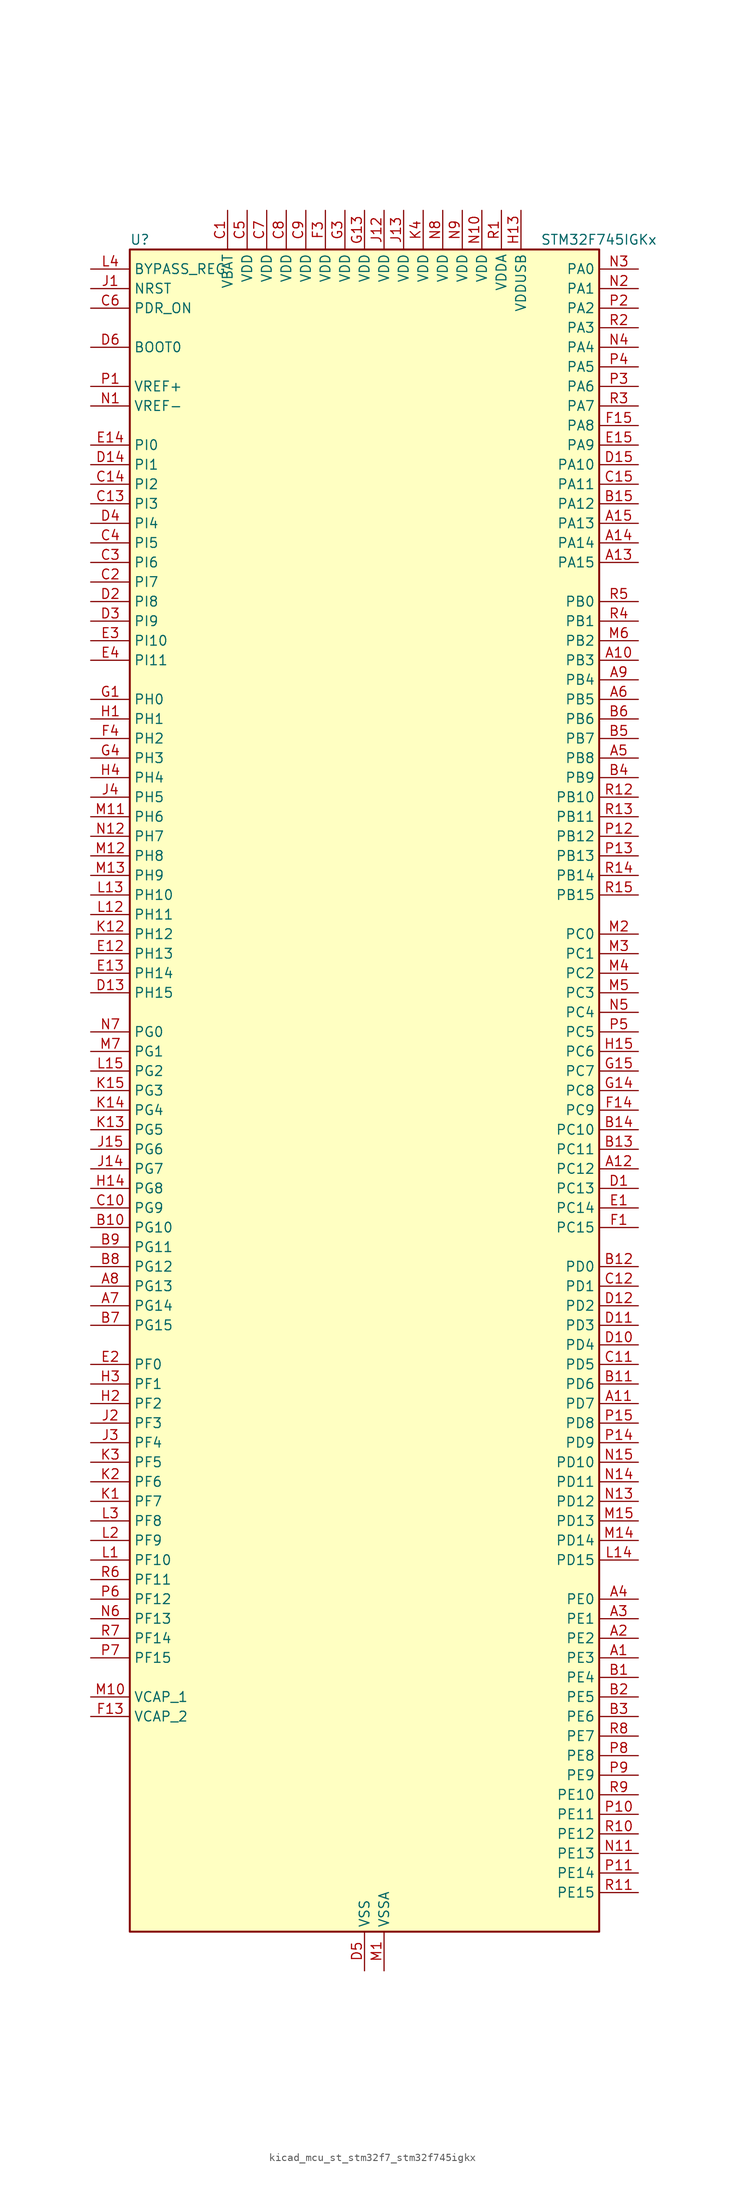
<source format=kicad_sym>
(kicad_symbol_lib
  (version 20220914)
  (generator kicad_symbol_editor)
  (symbol "kicad_mcu_st_stm32f7_stm32f745igkx"
    (property "Reference" "U"
      (at -30.48 110.49 0)
      (effects (font (size 1.27 1.27)) (justify left)))
    (property "Value" "STM32F745IGKx"
      (at 22.86 110.49 0)
      (effects (font (size 1.27 1.27)) (justify left)))
    (property "ki_locked" ""
      (at 0 0 0)
      (effects (font (size 1.27 1.27))))
    (symbol "kicad_mcu_st_stm32f7_stm32f745igkx_0_1"
      (rectangle (start -30.48 -109.22) (end 30.48 109.22) (stroke (width 0.254) (type default)) (fill (type background))))
    (symbol "kicad_mcu_st_stm32f7_stm32f745igkx_1_1"
      (pin bidirectional line (at 35.56 -73.66 180) (length 5.08) (name "PE3" (effects (font (size 1.27 1.27)))) (number "A1" (effects (font (size 1.27 1.27)))) (alternate "FMC_A19" bidirectional line) (alternate "SAI1_SD_B" bidirectional line) (alternate "SYS_TRACED0" bidirectional line))
      (pin bidirectional line (at 35.56 55.88 180) (length 5.08) (name "PB3" (effects (font (size 1.27 1.27)))) (number "A10" (effects (font (size 1.27 1.27)))) (alternate "I2S1_CK" bidirectional line) (alternate "I2S3_CK" bidirectional line) (alternate "SPI1_SCK" bidirectional line) (alternate "SPI3_SCK" bidirectional line) (alternate "SYS_JTDO-SWO" bidirectional line) (alternate "TIM2_CH2" bidirectional line))
      (pin bidirectional line (at 35.56 -40.64 180) (length 5.08) (name "PD7" (effects (font (size 1.27 1.27)))) (number "A11" (effects (font (size 1.27 1.27)))) (alternate "FMC_NE1" bidirectional line) (alternate "SPDIFRX_IN0" bidirectional line) (alternate "USART2_CK" bidirectional line))
      (pin bidirectional line (at 35.56 -10.16 180) (length 5.08) (name "PC12" (effects (font (size 1.27 1.27)))) (number "A12" (effects (font (size 1.27 1.27)))) (alternate "DCMI_D9" bidirectional line) (alternate "I2S3_SD" bidirectional line) (alternate "SDMMC1_CK" bidirectional line) (alternate "SPI3_MOSI" bidirectional line) (alternate "SYS_TRACED3" bidirectional line) (alternate "UART5_TX" bidirectional line) (alternate "USART3_CK" bidirectional line))
      (pin bidirectional line (at 35.56 68.58 180) (length 5.08) (name "PA15" (effects (font (size 1.27 1.27)))) (number "A13" (effects (font (size 1.27 1.27)))) (alternate "CEC" bidirectional line) (alternate "I2S1_WS" bidirectional line) (alternate "I2S3_WS" bidirectional line) (alternate "SPI1_NSS" bidirectional line) (alternate "SPI3_NSS" bidirectional line) (alternate "SYS_JTDI" bidirectional line) (alternate "TIM2_CH1" bidirectional line) (alternate "TIM2_ETR" bidirectional line) (alternate "UART4_DE" bidirectional line) (alternate "UART4_RTS" bidirectional line))
      (pin bidirectional line (at 35.56 71.12 180) (length 5.08) (name "PA14" (effects (font (size 1.27 1.27)))) (number "A14" (effects (font (size 1.27 1.27)))) (alternate "SYS_JTCK-SWCLK" bidirectional line))
      (pin bidirectional line (at 35.56 73.66 180) (length 5.08) (name "PA13" (effects (font (size 1.27 1.27)))) (number "A15" (effects (font (size 1.27 1.27)))) (alternate "SYS_JTMS-SWDIO" bidirectional line))
      (pin bidirectional line (at 35.56 -71.12 180) (length 5.08) (name "PE2" (effects (font (size 1.27 1.27)))) (number "A2" (effects (font (size 1.27 1.27)))) (alternate "ETH_TXD3" bidirectional line) (alternate "FMC_A23" bidirectional line) (alternate "QUADSPI_BK1_IO2" bidirectional line) (alternate "SAI1_MCLK_A" bidirectional line) (alternate "SPI4_SCK" bidirectional line) (alternate "SYS_TRACECLK" bidirectional line))
      (pin bidirectional line (at 35.56 -68.58 180) (length 5.08) (name "PE1" (effects (font (size 1.27 1.27)))) (number "A3" (effects (font (size 1.27 1.27)))) (alternate "DCMI_D3" bidirectional line) (alternate "FMC_NBL1" bidirectional line) (alternate "LPTIM1_IN2" bidirectional line) (alternate "UART8_TX" bidirectional line))
      (pin bidirectional line (at 35.56 -66.04 180) (length 5.08) (name "PE0" (effects (font (size 1.27 1.27)))) (number "A4" (effects (font (size 1.27 1.27)))) (alternate "DCMI_D2" bidirectional line) (alternate "FMC_NBL0" bidirectional line) (alternate "LPTIM1_ETR" bidirectional line) (alternate "SAI2_MCLK_A" bidirectional line) (alternate "TIM4_ETR" bidirectional line) (alternate "UART8_RX" bidirectional line))
      (pin bidirectional line (at 35.56 43.18 180) (length 5.08) (name "PB8" (effects (font (size 1.27 1.27)))) (number "A5" (effects (font (size 1.27 1.27)))) (alternate "CAN1_RX" bidirectional line) (alternate "DCMI_D6" bidirectional line) (alternate "ETH_TXD3" bidirectional line) (alternate "I2C1_SCL" bidirectional line) (alternate "SDMMC1_D4" bidirectional line) (alternate "TIM10_CH1" bidirectional line) (alternate "TIM4_CH3" bidirectional line))
      (pin bidirectional line (at 35.56 50.8 180) (length 5.08) (name "PB5" (effects (font (size 1.27 1.27)))) (number "A6" (effects (font (size 1.27 1.27)))) (alternate "CAN2_RX" bidirectional line) (alternate "DCMI_D10" bidirectional line) (alternate "ETH_PPS_OUT" bidirectional line) (alternate "FMC_SDCKE1" bidirectional line) (alternate "I2C1_SMBA" bidirectional line) (alternate "I2S1_SD" bidirectional line) (alternate "I2S3_SD" bidirectional line) (alternate "SPI1_MOSI" bidirectional line) (alternate "SPI3_MOSI" bidirectional line) (alternate "TIM3_CH2" bidirectional line) (alternate "USB_OTG_HS_ULPI_D7" bidirectional line))
      (pin bidirectional line (at -35.56 -27.94 0) (length 5.08) (name "PG14" (effects (font (size 1.27 1.27)))) (number "A7" (effects (font (size 1.27 1.27)))) (alternate "ETH_TXD1" bidirectional line) (alternate "FMC_A25" bidirectional line) (alternate "LPTIM1_ETR" bidirectional line) (alternate "QUADSPI_BK2_IO3" bidirectional line) (alternate "SPI6_MOSI" bidirectional line) (alternate "SYS_TRACED1" bidirectional line) (alternate "USART6_TX" bidirectional line))
      (pin bidirectional line (at -35.56 -25.4 0) (length 5.08) (name "PG13" (effects (font (size 1.27 1.27)))) (number "A8" (effects (font (size 1.27 1.27)))) (alternate "ETH_TXD0" bidirectional line) (alternate "FMC_A24" bidirectional line) (alternate "LPTIM1_OUT" bidirectional line) (alternate "SPI6_SCK" bidirectional line) (alternate "SYS_TRACED0" bidirectional line) (alternate "USART6_CTS" bidirectional line))
      (pin bidirectional line (at 35.56 53.34 180) (length 5.08) (name "PB4" (effects (font (size 1.27 1.27)))) (number "A9" (effects (font (size 1.27 1.27)))) (alternate "I2S2_WS" bidirectional line) (alternate "SPI1_MISO" bidirectional line) (alternate "SPI2_NSS" bidirectional line) (alternate "SPI3_MISO" bidirectional line) (alternate "SYS_JTRST" bidirectional line) (alternate "TIM3_CH1" bidirectional line))
      (pin bidirectional line (at 35.56 -76.2 180) (length 5.08) (name "PE4" (effects (font (size 1.27 1.27)))) (number "B1" (effects (font (size 1.27 1.27)))) (alternate "DCMI_D4" bidirectional line) (alternate "FMC_A20" bidirectional line) (alternate "SAI1_FS_A" bidirectional line) (alternate "SPI4_NSS" bidirectional line) (alternate "SYS_TRACED1" bidirectional line))
      (pin bidirectional line (at -35.56 -17.78 0) (length 5.08) (name "PG10" (effects (font (size 1.27 1.27)))) (number "B10" (effects (font (size 1.27 1.27)))) (alternate "DCMI_D2" bidirectional line) (alternate "FMC_NE3" bidirectional line) (alternate "SAI2_SD_B" bidirectional line))
      (pin bidirectional line (at 35.56 -38.1 180) (length 5.08) (name "PD6" (effects (font (size 1.27 1.27)))) (number "B11" (effects (font (size 1.27 1.27)))) (alternate "DCMI_D10" bidirectional line) (alternate "FMC_NWAIT" bidirectional line) (alternate "I2S3_SD" bidirectional line) (alternate "SAI1_SD_A" bidirectional line) (alternate "SPI3_MOSI" bidirectional line) (alternate "USART2_RX" bidirectional line))
      (pin bidirectional line (at 35.56 -22.86 180) (length 5.08) (name "PD0" (effects (font (size 1.27 1.27)))) (number "B12" (effects (font (size 1.27 1.27)))) (alternate "CAN1_RX" bidirectional line) (alternate "FMC_D2" bidirectional line) (alternate "FMC_DA2" bidirectional line))
      (pin bidirectional line (at 35.56 -7.62 180) (length 5.08) (name "PC11" (effects (font (size 1.27 1.27)))) (number "B13" (effects (font (size 1.27 1.27)))) (alternate "ADC1_EXTI11" bidirectional line) (alternate "ADC2_EXTI11" bidirectional line) (alternate "ADC3_EXTI11" bidirectional line) (alternate "DCMI_D4" bidirectional line) (alternate "QUADSPI_BK2_NCS" bidirectional line) (alternate "SDMMC1_D3" bidirectional line) (alternate "SPI3_MISO" bidirectional line) (alternate "UART4_RX" bidirectional line) (alternate "USART3_RX" bidirectional line))
      (pin bidirectional line (at 35.56 -5.08 180) (length 5.08) (name "PC10" (effects (font (size 1.27 1.27)))) (number "B14" (effects (font (size 1.27 1.27)))) (alternate "DCMI_D8" bidirectional line) (alternate "I2S3_CK" bidirectional line) (alternate "QUADSPI_BK1_IO1" bidirectional line) (alternate "SDMMC1_D2" bidirectional line) (alternate "SPI3_SCK" bidirectional line) (alternate "UART4_TX" bidirectional line) (alternate "USART3_TX" bidirectional line))
      (pin bidirectional line (at 35.56 76.2 180) (length 5.08) (name "PA12" (effects (font (size 1.27 1.27)))) (number "B15" (effects (font (size 1.27 1.27)))) (alternate "CAN1_TX" bidirectional line) (alternate "SAI2_FS_B" bidirectional line) (alternate "TIM1_ETR" bidirectional line) (alternate "USART1_DE" bidirectional line) (alternate "USART1_RTS" bidirectional line) (alternate "USB_OTG_FS_DP" bidirectional line))
      (pin bidirectional line (at 35.56 -78.74 180) (length 5.08) (name "PE5" (effects (font (size 1.27 1.27)))) (number "B2" (effects (font (size 1.27 1.27)))) (alternate "DCMI_D6" bidirectional line) (alternate "FMC_A21" bidirectional line) (alternate "SAI1_SCK_A" bidirectional line) (alternate "SPI4_MISO" bidirectional line) (alternate "SYS_TRACED2" bidirectional line) (alternate "TIM9_CH1" bidirectional line))
      (pin bidirectional line (at 35.56 -81.28 180) (length 5.08) (name "PE6" (effects (font (size 1.27 1.27)))) (number "B3" (effects (font (size 1.27 1.27)))) (alternate "DCMI_D7" bidirectional line) (alternate "FMC_A22" bidirectional line) (alternate "SAI1_SD_A" bidirectional line) (alternate "SAI2_MCLK_B" bidirectional line) (alternate "SPI4_MOSI" bidirectional line) (alternate "SYS_TRACED3" bidirectional line) (alternate "TIM1_BKIN2" bidirectional line) (alternate "TIM9_CH2" bidirectional line))
      (pin bidirectional line (at 35.56 40.64 180) (length 5.08) (name "PB9" (effects (font (size 1.27 1.27)))) (number "B4" (effects (font (size 1.27 1.27)))) (alternate "CAN1_TX" bidirectional line) (alternate "DAC_EXTI9" bidirectional line) (alternate "DCMI_D7" bidirectional line) (alternate "I2C1_SDA" bidirectional line) (alternate "I2S2_WS" bidirectional line) (alternate "SDMMC1_D5" bidirectional line) (alternate "SPI2_NSS" bidirectional line) (alternate "TIM11_CH1" bidirectional line) (alternate "TIM4_CH4" bidirectional line))
      (pin bidirectional line (at 35.56 45.72 180) (length 5.08) (name "PB7" (effects (font (size 1.27 1.27)))) (number "B5" (effects (font (size 1.27 1.27)))) (alternate "DCMI_VSYNC" bidirectional line) (alternate "FMC_NL" bidirectional line) (alternate "I2C1_SDA" bidirectional line) (alternate "TIM4_CH2" bidirectional line) (alternate "USART1_RX" bidirectional line))
      (pin bidirectional line (at 35.56 48.26 180) (length 5.08) (name "PB6" (effects (font (size 1.27 1.27)))) (number "B6" (effects (font (size 1.27 1.27)))) (alternate "CAN2_TX" bidirectional line) (alternate "CEC" bidirectional line) (alternate "DCMI_D5" bidirectional line) (alternate "FMC_SDNE1" bidirectional line) (alternate "I2C1_SCL" bidirectional line) (alternate "QUADSPI_BK1_NCS" bidirectional line) (alternate "TIM4_CH1" bidirectional line) (alternate "USART1_TX" bidirectional line))
      (pin bidirectional line (at -35.56 -30.48 0) (length 5.08) (name "PG15" (effects (font (size 1.27 1.27)))) (number "B7" (effects (font (size 1.27 1.27)))) (alternate "DCMI_D13" bidirectional line) (alternate "FMC_SDNCAS" bidirectional line) (alternate "USART6_CTS" bidirectional line))
      (pin bidirectional line (at -35.56 -22.86 0) (length 5.08) (name "PG12" (effects (font (size 1.27 1.27)))) (number "B8" (effects (font (size 1.27 1.27)))) (alternate "FMC_NE4" bidirectional line) (alternate "LPTIM1_IN1" bidirectional line) (alternate "SPDIFRX_IN1" bidirectional line) (alternate "SPI6_MISO" bidirectional line) (alternate "USART6_DE" bidirectional line) (alternate "USART6_RTS" bidirectional line))
      (pin bidirectional line (at -35.56 -20.32 0) (length 5.08) (name "PG11" (effects (font (size 1.27 1.27)))) (number "B9" (effects (font (size 1.27 1.27)))) (alternate "ADC1_EXTI11" bidirectional line) (alternate "ADC2_EXTI11" bidirectional line) (alternate "ADC3_EXTI11" bidirectional line) (alternate "DCMI_D3" bidirectional line) (alternate "ETH_TX_EN" bidirectional line) (alternate "SPDIFRX_IN0" bidirectional line))
      (pin power_in line (at -17.78 114.3 270) (length 5.08) (name "VBAT" (effects (font (size 1.27 1.27)))) (number "C1" (effects (font (size 1.27 1.27)))))
      (pin bidirectional line (at -35.56 -15.24 0) (length 5.08) (name "PG9" (effects (font (size 1.27 1.27)))) (number "C10" (effects (font (size 1.27 1.27)))) (alternate "DAC_EXTI9" bidirectional line) (alternate "DCMI_VSYNC" bidirectional line) (alternate "FMC_NCE" bidirectional line) (alternate "FMC_NE2" bidirectional line) (alternate "QUADSPI_BK2_IO2" bidirectional line) (alternate "SAI2_FS_B" bidirectional line) (alternate "SPDIFRX_IN3" bidirectional line) (alternate "USART6_RX" bidirectional line))
      (pin bidirectional line (at 35.56 -35.56 180) (length 5.08) (name "PD5" (effects (font (size 1.27 1.27)))) (number "C11" (effects (font (size 1.27 1.27)))) (alternate "FMC_NWE" bidirectional line) (alternate "USART2_TX" bidirectional line))
      (pin bidirectional line (at 35.56 -25.4 180) (length 5.08) (name "PD1" (effects (font (size 1.27 1.27)))) (number "C12" (effects (font (size 1.27 1.27)))) (alternate "CAN1_TX" bidirectional line) (alternate "FMC_D3" bidirectional line) (alternate "FMC_DA3" bidirectional line))
      (pin bidirectional line (at -35.56 76.2 0) (length 5.08) (name "PI3" (effects (font (size 1.27 1.27)))) (number "C13" (effects (font (size 1.27 1.27)))) (alternate "DCMI_D10" bidirectional line) (alternate "FMC_D27" bidirectional line) (alternate "I2S2_SD" bidirectional line) (alternate "SPI2_MOSI" bidirectional line) (alternate "TIM8_ETR" bidirectional line))
      (pin bidirectional line (at -35.56 78.74 0) (length 5.08) (name "PI2" (effects (font (size 1.27 1.27)))) (number "C14" (effects (font (size 1.27 1.27)))) (alternate "DCMI_D9" bidirectional line) (alternate "FMC_D26" bidirectional line) (alternate "SPI2_MISO" bidirectional line) (alternate "TIM8_CH4" bidirectional line))
      (pin bidirectional line (at 35.56 78.74 180) (length 5.08) (name "PA11" (effects (font (size 1.27 1.27)))) (number "C15" (effects (font (size 1.27 1.27)))) (alternate "ADC1_EXTI11" bidirectional line) (alternate "ADC2_EXTI11" bidirectional line) (alternate "ADC3_EXTI11" bidirectional line) (alternate "CAN1_RX" bidirectional line) (alternate "TIM1_CH4" bidirectional line) (alternate "USART1_CTS" bidirectional line) (alternate "USB_OTG_FS_DM" bidirectional line))
      (pin bidirectional line (at -35.56 66.04 0) (length 5.08) (name "PI7" (effects (font (size 1.27 1.27)))) (number "C2" (effects (font (size 1.27 1.27)))) (alternate "DCMI_D7" bidirectional line) (alternate "FMC_D29" bidirectional line) (alternate "SAI2_FS_A" bidirectional line) (alternate "TIM8_CH3" bidirectional line))
      (pin bidirectional line (at -35.56 68.58 0) (length 5.08) (name "PI6" (effects (font (size 1.27 1.27)))) (number "C3" (effects (font (size 1.27 1.27)))) (alternate "DCMI_D6" bidirectional line) (alternate "FMC_D28" bidirectional line) (alternate "SAI2_SD_A" bidirectional line) (alternate "TIM8_CH2" bidirectional line))
      (pin bidirectional line (at -35.56 71.12 0) (length 5.08) (name "PI5" (effects (font (size 1.27 1.27)))) (number "C4" (effects (font (size 1.27 1.27)))) (alternate "DCMI_VSYNC" bidirectional line) (alternate "FMC_NBL3" bidirectional line) (alternate "SAI2_SCK_A" bidirectional line) (alternate "TIM8_CH1" bidirectional line))
      (pin power_in line (at -15.24 114.3 270) (length 5.08) (name "VDD" (effects (font (size 1.27 1.27)))) (number "C5" (effects (font (size 1.27 1.27)))))
      (pin input line (at -35.56 101.6 0) (length 5.08) (name "PDR_ON" (effects (font (size 1.27 1.27)))) (number "C6" (effects (font (size 1.27 1.27)))))
      (pin power_in line (at -12.7 114.3 270) (length 5.08) (name "VDD" (effects (font (size 1.27 1.27)))) (number "C7" (effects (font (size 1.27 1.27)))))
      (pin power_in line (at -10.16 114.3 270) (length 5.08) (name "VDD" (effects (font (size 1.27 1.27)))) (number "C8" (effects (font (size 1.27 1.27)))))
      (pin power_in line (at -7.62 114.3 270) (length 5.08) (name "VDD" (effects (font (size 1.27 1.27)))) (number "C9" (effects (font (size 1.27 1.27)))))
      (pin bidirectional line (at 35.56 -12.7 180) (length 5.08) (name "PC13" (effects (font (size 1.27 1.27)))) (number "D1" (effects (font (size 1.27 1.27)))) (alternate "RTC_OUT" bidirectional line) (alternate "RTC_TAMP1" bidirectional line) (alternate "RTC_TS" bidirectional line) (alternate "SYS_WKUP4" bidirectional line))
      (pin bidirectional line (at 35.56 -33.02 180) (length 5.08) (name "PD4" (effects (font (size 1.27 1.27)))) (number "D10" (effects (font (size 1.27 1.27)))) (alternate "FMC_NOE" bidirectional line) (alternate "USART2_DE" bidirectional line) (alternate "USART2_RTS" bidirectional line))
      (pin bidirectional line (at 35.56 -30.48 180) (length 5.08) (name "PD3" (effects (font (size 1.27 1.27)))) (number "D11" (effects (font (size 1.27 1.27)))) (alternate "DCMI_D5" bidirectional line) (alternate "FMC_CLK" bidirectional line) (alternate "I2S2_CK" bidirectional line) (alternate "SPI2_SCK" bidirectional line) (alternate "USART2_CTS" bidirectional line))
      (pin bidirectional line (at 35.56 -27.94 180) (length 5.08) (name "PD2" (effects (font (size 1.27 1.27)))) (number "D12" (effects (font (size 1.27 1.27)))) (alternate "DCMI_D11" bidirectional line) (alternate "SDMMC1_CMD" bidirectional line) (alternate "SYS_TRACED2" bidirectional line) (alternate "TIM3_ETR" bidirectional line) (alternate "UART5_RX" bidirectional line))
      (pin bidirectional line (at -35.56 12.7 0) (length 5.08) (name "PH15" (effects (font (size 1.27 1.27)))) (number "D13" (effects (font (size 1.27 1.27)))) (alternate "DCMI_D11" bidirectional line) (alternate "FMC_D23" bidirectional line) (alternate "TIM8_CH3N" bidirectional line))
      (pin bidirectional line (at -35.56 81.28 0) (length 5.08) (name "PI1" (effects (font (size 1.27 1.27)))) (number "D14" (effects (font (size 1.27 1.27)))) (alternate "DCMI_D8" bidirectional line) (alternate "FMC_D25" bidirectional line) (alternate "I2S2_CK" bidirectional line) (alternate "SPI2_SCK" bidirectional line) (alternate "TIM8_BKIN2" bidirectional line))
      (pin bidirectional line (at 35.56 81.28 180) (length 5.08) (name "PA10" (effects (font (size 1.27 1.27)))) (number "D15" (effects (font (size 1.27 1.27)))) (alternate "DCMI_D1" bidirectional line) (alternate "TIM1_CH3" bidirectional line) (alternate "USART1_RX" bidirectional line) (alternate "USB_OTG_FS_ID" bidirectional line))
      (pin bidirectional line (at -35.56 63.5 0) (length 5.08) (name "PI8" (effects (font (size 1.27 1.27)))) (number "D2" (effects (font (size 1.27 1.27)))) (alternate "RTC_TAMP2" bidirectional line) (alternate "RTC_TS" bidirectional line) (alternate "SYS_WKUP5" bidirectional line))
      (pin bidirectional line (at -35.56 60.96 0) (length 5.08) (name "PI9" (effects (font (size 1.27 1.27)))) (number "D3" (effects (font (size 1.27 1.27)))) (alternate "CAN1_RX" bidirectional line) (alternate "DAC_EXTI9" bidirectional line) (alternate "FMC_D30" bidirectional line))
      (pin bidirectional line (at -35.56 73.66 0) (length 5.08) (name "PI4" (effects (font (size 1.27 1.27)))) (number "D4" (effects (font (size 1.27 1.27)))) (alternate "DCMI_D5" bidirectional line) (alternate "FMC_NBL2" bidirectional line) (alternate "SAI2_MCLK_A" bidirectional line) (alternate "TIM8_BKIN" bidirectional line))
      (pin power_in line (at 0 -114.3 90) (length 5.08) (name "VSS" (effects (font (size 1.27 1.27)))) (number "D5" (effects (font (size 1.27 1.27)))))
      (pin input line (at -35.56 96.52 0) (length 5.08) (name "BOOT0" (effects (font (size 1.27 1.27)))) (number "D6" (effects (font (size 1.27 1.27)))))
      (pin passive line (at 0 -114.3 90) (length 5.08) hide (name "VSS" (effects (font (size 1.27 1.27)))) (number "D7" (effects (font (size 1.27 1.27)))))
      (pin passive line (at 0 -114.3 90) (length 5.08) hide (name "VSS" (effects (font (size 1.27 1.27)))) (number "D8" (effects (font (size 1.27 1.27)))))
      (pin passive line (at 0 -114.3 90) (length 5.08) hide (name "VSS" (effects (font (size 1.27 1.27)))) (number "D9" (effects (font (size 1.27 1.27)))))
      (pin bidirectional line (at 35.56 -15.24 180) (length 5.08) (name "PC14" (effects (font (size 1.27 1.27)))) (number "E1" (effects (font (size 1.27 1.27)))) (alternate "RCC_OSC32_IN" bidirectional line))
      (pin bidirectional line (at -35.56 17.78 0) (length 5.08) (name "PH13" (effects (font (size 1.27 1.27)))) (number "E12" (effects (font (size 1.27 1.27)))) (alternate "CAN1_TX" bidirectional line) (alternate "FMC_D21" bidirectional line) (alternate "TIM8_CH1N" bidirectional line))
      (pin bidirectional line (at -35.56 15.24 0) (length 5.08) (name "PH14" (effects (font (size 1.27 1.27)))) (number "E13" (effects (font (size 1.27 1.27)))) (alternate "DCMI_D4" bidirectional line) (alternate "FMC_D22" bidirectional line) (alternate "TIM8_CH2N" bidirectional line))
      (pin bidirectional line (at -35.56 83.82 0) (length 5.08) (name "PI0" (effects (font (size 1.27 1.27)))) (number "E14" (effects (font (size 1.27 1.27)))) (alternate "DCMI_D13" bidirectional line) (alternate "FMC_D24" bidirectional line) (alternate "I2S2_WS" bidirectional line) (alternate "SPI2_NSS" bidirectional line) (alternate "TIM5_CH4" bidirectional line))
      (pin bidirectional line (at 35.56 83.82 180) (length 5.08) (name "PA9" (effects (font (size 1.27 1.27)))) (number "E15" (effects (font (size 1.27 1.27)))) (alternate "DAC_EXTI9" bidirectional line) (alternate "DCMI_D0" bidirectional line) (alternate "I2C3_SMBA" bidirectional line) (alternate "I2S2_CK" bidirectional line) (alternate "SPI2_SCK" bidirectional line) (alternate "TIM1_CH2" bidirectional line) (alternate "USART1_TX" bidirectional line) (alternate "USB_OTG_FS_VBUS" bidirectional line))
      (pin bidirectional line (at -35.56 -35.56 0) (length 5.08) (name "PF0" (effects (font (size 1.27 1.27)))) (number "E2" (effects (font (size 1.27 1.27)))) (alternate "FMC_A0" bidirectional line) (alternate "I2C2_SDA" bidirectional line))
      (pin bidirectional line (at -35.56 58.42 0) (length 5.08) (name "PI10" (effects (font (size 1.27 1.27)))) (number "E3" (effects (font (size 1.27 1.27)))) (alternate "ETH_RX_ER" bidirectional line) (alternate "FMC_D31" bidirectional line))
      (pin bidirectional line (at -35.56 55.88 0) (length 5.08) (name "PI11" (effects (font (size 1.27 1.27)))) (number "E4" (effects (font (size 1.27 1.27)))) (alternate "ADC1_EXTI11" bidirectional line) (alternate "ADC2_EXTI11" bidirectional line) (alternate "ADC3_EXTI11" bidirectional line) (alternate "SYS_WKUP6" bidirectional line) (alternate "USB_OTG_HS_ULPI_DIR" bidirectional line))
      (pin bidirectional line (at 35.56 -17.78 180) (length 5.08) (name "PC15" (effects (font (size 1.27 1.27)))) (number "F1" (effects (font (size 1.27 1.27)))) (alternate "RCC_OSC32_OUT" bidirectional line))
      (pin passive line (at 0 -114.3 90) (length 5.08) hide (name "VSS" (effects (font (size 1.27 1.27)))) (number "F10" (effects (font (size 1.27 1.27)))))
      (pin passive line (at 0 -114.3 90) (length 5.08) hide (name "VSS" (effects (font (size 1.27 1.27)))) (number "F12" (effects (font (size 1.27 1.27)))))
      (pin power_out line (at -35.56 -81.28 0) (length 5.08) (name "VCAP_2" (effects (font (size 1.27 1.27)))) (number "F13" (effects (font (size 1.27 1.27)))))
      (pin bidirectional line (at 35.56 -2.54 180) (length 5.08) (name "PC9" (effects (font (size 1.27 1.27)))) (number "F14" (effects (font (size 1.27 1.27)))) (alternate "DAC_EXTI9" bidirectional line) (alternate "DCMI_D3" bidirectional line) (alternate "I2C3_SDA" bidirectional line) (alternate "I2S_CKIN" bidirectional line) (alternate "QUADSPI_BK1_IO0" bidirectional line) (alternate "RCC_MCO_2" bidirectional line) (alternate "SDMMC1_D1" bidirectional line) (alternate "TIM3_CH4" bidirectional line) (alternate "TIM8_CH4" bidirectional line) (alternate "UART5_CTS" bidirectional line))
      (pin bidirectional line (at 35.56 86.36 180) (length 5.08) (name "PA8" (effects (font (size 1.27 1.27)))) (number "F15" (effects (font (size 1.27 1.27)))) (alternate "I2C3_SCL" bidirectional line) (alternate "RCC_MCO_1" bidirectional line) (alternate "TIM1_CH1" bidirectional line) (alternate "TIM8_BKIN2" bidirectional line) (alternate "USART1_CK" bidirectional line) (alternate "USB_OTG_FS_SOF" bidirectional line))
      (pin passive line (at 0 -114.3 90) (length 5.08) hide (name "VSS" (effects (font (size 1.27 1.27)))) (number "F2" (effects (font (size 1.27 1.27)))))
      (pin power_in line (at -5.08 114.3 270) (length 5.08) (name "VDD" (effects (font (size 1.27 1.27)))) (number "F3" (effects (font (size 1.27 1.27)))))
      (pin bidirectional line (at -35.56 45.72 0) (length 5.08) (name "PH2" (effects (font (size 1.27 1.27)))) (number "F4" (effects (font (size 1.27 1.27)))) (alternate "ETH_CRS" bidirectional line) (alternate "FMC_SDCKE0" bidirectional line) (alternate "LPTIM1_IN2" bidirectional line) (alternate "QUADSPI_BK2_IO0" bidirectional line) (alternate "SAI2_SCK_B" bidirectional line))
      (pin passive line (at 0 -114.3 90) (length 5.08) hide (name "VSS" (effects (font (size 1.27 1.27)))) (number "F6" (effects (font (size 1.27 1.27)))))
      (pin passive line (at 0 -114.3 90) (length 5.08) hide (name "VSS" (effects (font (size 1.27 1.27)))) (number "F7" (effects (font (size 1.27 1.27)))))
      (pin passive line (at 0 -114.3 90) (length 5.08) hide (name "VSS" (effects (font (size 1.27 1.27)))) (number "F8" (effects (font (size 1.27 1.27)))))
      (pin passive line (at 0 -114.3 90) (length 5.08) hide (name "VSS" (effects (font (size 1.27 1.27)))) (number "F9" (effects (font (size 1.27 1.27)))))
      (pin bidirectional line (at -35.56 50.8 0) (length 5.08) (name "PH0" (effects (font (size 1.27 1.27)))) (number "G1" (effects (font (size 1.27 1.27)))) (alternate "RCC_OSC_IN" bidirectional line))
      (pin passive line (at 0 -114.3 90) (length 5.08) hide (name "VSS" (effects (font (size 1.27 1.27)))) (number "G10" (effects (font (size 1.27 1.27)))))
      (pin passive line (at 0 -114.3 90) (length 5.08) hide (name "VSS" (effects (font (size 1.27 1.27)))) (number "G12" (effects (font (size 1.27 1.27)))))
      (pin power_in line (at 0 114.3 270) (length 5.08) (name "VDD" (effects (font (size 1.27 1.27)))) (number "G13" (effects (font (size 1.27 1.27)))))
      (pin bidirectional line (at 35.56 0 180) (length 5.08) (name "PC8" (effects (font (size 1.27 1.27)))) (number "G14" (effects (font (size 1.27 1.27)))) (alternate "DCMI_D2" bidirectional line) (alternate "SDMMC1_D0" bidirectional line) (alternate "SYS_TRACED1" bidirectional line) (alternate "TIM3_CH3" bidirectional line) (alternate "TIM8_CH3" bidirectional line) (alternate "UART5_DE" bidirectional line) (alternate "UART5_RTS" bidirectional line) (alternate "USART6_CK" bidirectional line))
      (pin bidirectional line (at 35.56 2.54 180) (length 5.08) (name "PC7" (effects (font (size 1.27 1.27)))) (number "G15" (effects (font (size 1.27 1.27)))) (alternate "DCMI_D1" bidirectional line) (alternate "I2S3_MCK" bidirectional line) (alternate "SDMMC1_D7" bidirectional line) (alternate "TIM3_CH2" bidirectional line) (alternate "TIM8_CH2" bidirectional line) (alternate "USART6_RX" bidirectional line))
      (pin passive line (at 0 -114.3 90) (length 5.08) hide (name "VSS" (effects (font (size 1.27 1.27)))) (number "G2" (effects (font (size 1.27 1.27)))))
      (pin power_in line (at -2.54 114.3 270) (length 5.08) (name "VDD" (effects (font (size 1.27 1.27)))) (number "G3" (effects (font (size 1.27 1.27)))))
      (pin bidirectional line (at -35.56 43.18 0) (length 5.08) (name "PH3" (effects (font (size 1.27 1.27)))) (number "G4" (effects (font (size 1.27 1.27)))) (alternate "ETH_COL" bidirectional line) (alternate "FMC_SDNE0" bidirectional line) (alternate "QUADSPI_BK2_IO1" bidirectional line) (alternate "SAI2_MCLK_B" bidirectional line))
      (pin passive line (at 0 -114.3 90) (length 5.08) hide (name "VSS" (effects (font (size 1.27 1.27)))) (number "G6" (effects (font (size 1.27 1.27)))))
      (pin passive line (at 0 -114.3 90) (length 5.08) hide (name "VSS" (effects (font (size 1.27 1.27)))) (number "G7" (effects (font (size 1.27 1.27)))))
      (pin passive line (at 0 -114.3 90) (length 5.08) hide (name "VSS" (effects (font (size 1.27 1.27)))) (number "G8" (effects (font (size 1.27 1.27)))))
      (pin passive line (at 0 -114.3 90) (length 5.08) hide (name "VSS" (effects (font (size 1.27 1.27)))) (number "G9" (effects (font (size 1.27 1.27)))))
      (pin bidirectional line (at -35.56 48.26 0) (length 5.08) (name "PH1" (effects (font (size 1.27 1.27)))) (number "H1" (effects (font (size 1.27 1.27)))) (alternate "RCC_OSC_OUT" bidirectional line))
      (pin passive line (at 0 -114.3 90) (length 5.08) hide (name "VSS" (effects (font (size 1.27 1.27)))) (number "H10" (effects (font (size 1.27 1.27)))))
      (pin passive line (at 0 -114.3 90) (length 5.08) hide (name "VSS" (effects (font (size 1.27 1.27)))) (number "H12" (effects (font (size 1.27 1.27)))))
      (pin power_in line (at 20.32 114.3 270) (length 5.08) (name "VDDUSB" (effects (font (size 1.27 1.27)))) (number "H13" (effects (font (size 1.27 1.27)))))
      (pin bidirectional line (at -35.56 -12.7 0) (length 5.08) (name "PG8" (effects (font (size 1.27 1.27)))) (number "H14" (effects (font (size 1.27 1.27)))) (alternate "ETH_PPS_OUT" bidirectional line) (alternate "FMC_SDCLK" bidirectional line) (alternate "SPDIFRX_IN2" bidirectional line) (alternate "SPI6_NSS" bidirectional line) (alternate "USART6_DE" bidirectional line) (alternate "USART6_RTS" bidirectional line))
      (pin bidirectional line (at 35.56 5.08 180) (length 5.08) (name "PC6" (effects (font (size 1.27 1.27)))) (number "H15" (effects (font (size 1.27 1.27)))) (alternate "DCMI_D0" bidirectional line) (alternate "I2S2_MCK" bidirectional line) (alternate "SDMMC1_D6" bidirectional line) (alternate "TIM3_CH1" bidirectional line) (alternate "TIM8_CH1" bidirectional line) (alternate "USART6_TX" bidirectional line))
      (pin bidirectional line (at -35.56 -40.64 0) (length 5.08) (name "PF2" (effects (font (size 1.27 1.27)))) (number "H2" (effects (font (size 1.27 1.27)))) (alternate "FMC_A2" bidirectional line) (alternate "I2C2_SMBA" bidirectional line))
      (pin bidirectional line (at -35.56 -38.1 0) (length 5.08) (name "PF1" (effects (font (size 1.27 1.27)))) (number "H3" (effects (font (size 1.27 1.27)))) (alternate "FMC_A1" bidirectional line) (alternate "I2C2_SCL" bidirectional line))
      (pin bidirectional line (at -35.56 40.64 0) (length 5.08) (name "PH4" (effects (font (size 1.27 1.27)))) (number "H4" (effects (font (size 1.27 1.27)))) (alternate "I2C2_SCL" bidirectional line) (alternate "USB_OTG_HS_ULPI_NXT" bidirectional line))
      (pin passive line (at 0 -114.3 90) (length 5.08) hide (name "VSS" (effects (font (size 1.27 1.27)))) (number "H6" (effects (font (size 1.27 1.27)))))
      (pin passive line (at 0 -114.3 90) (length 5.08) hide (name "VSS" (effects (font (size 1.27 1.27)))) (number "H7" (effects (font (size 1.27 1.27)))))
      (pin passive line (at 0 -114.3 90) (length 5.08) hide (name "VSS" (effects (font (size 1.27 1.27)))) (number "H8" (effects (font (size 1.27 1.27)))))
      (pin passive line (at 0 -114.3 90) (length 5.08) hide (name "VSS" (effects (font (size 1.27 1.27)))) (number "H9" (effects (font (size 1.27 1.27)))))
      (pin input line (at -35.56 104.14 0) (length 5.08) (name "NRST" (effects (font (size 1.27 1.27)))) (number "J1" (effects (font (size 1.27 1.27)))))
      (pin passive line (at 0 -114.3 90) (length 5.08) hide (name "VSS" (effects (font (size 1.27 1.27)))) (number "J10" (effects (font (size 1.27 1.27)))))
      (pin power_in line (at 2.54 114.3 270) (length 5.08) (name "VDD" (effects (font (size 1.27 1.27)))) (number "J12" (effects (font (size 1.27 1.27)))))
      (pin power_in line (at 5.08 114.3 270) (length 5.08) (name "VDD" (effects (font (size 1.27 1.27)))) (number "J13" (effects (font (size 1.27 1.27)))))
      (pin bidirectional line (at -35.56 -10.16 0) (length 5.08) (name "PG7" (effects (font (size 1.27 1.27)))) (number "J14" (effects (font (size 1.27 1.27)))) (alternate "DCMI_D13" bidirectional line) (alternate "FMC_INT" bidirectional line) (alternate "USART6_CK" bidirectional line))
      (pin bidirectional line (at -35.56 -7.62 0) (length 5.08) (name "PG6" (effects (font (size 1.27 1.27)))) (number "J15" (effects (font (size 1.27 1.27)))) (alternate "DCMI_D12" bidirectional line))
      (pin bidirectional line (at -35.56 -43.18 0) (length 5.08) (name "PF3" (effects (font (size 1.27 1.27)))) (number "J2" (effects (font (size 1.27 1.27)))) (alternate "ADC3_IN9" bidirectional line) (alternate "FMC_A3" bidirectional line))
      (pin bidirectional line (at -35.56 -45.72 0) (length 5.08) (name "PF4" (effects (font (size 1.27 1.27)))) (number "J3" (effects (font (size 1.27 1.27)))) (alternate "ADC3_IN14" bidirectional line) (alternate "FMC_A4" bidirectional line))
      (pin bidirectional line (at -35.56 38.1 0) (length 5.08) (name "PH5" (effects (font (size 1.27 1.27)))) (number "J4" (effects (font (size 1.27 1.27)))) (alternate "FMC_SDNWE" bidirectional line) (alternate "I2C2_SDA" bidirectional line) (alternate "SPI5_NSS" bidirectional line))
      (pin passive line (at 0 -114.3 90) (length 5.08) hide (name "VSS" (effects (font (size 1.27 1.27)))) (number "J6" (effects (font (size 1.27 1.27)))))
      (pin passive line (at 0 -114.3 90) (length 5.08) hide (name "VSS" (effects (font (size 1.27 1.27)))) (number "J7" (effects (font (size 1.27 1.27)))))
      (pin passive line (at 0 -114.3 90) (length 5.08) hide (name "VSS" (effects (font (size 1.27 1.27)))) (number "J8" (effects (font (size 1.27 1.27)))))
      (pin passive line (at 0 -114.3 90) (length 5.08) hide (name "VSS" (effects (font (size 1.27 1.27)))) (number "J9" (effects (font (size 1.27 1.27)))))
      (pin bidirectional line (at -35.56 -53.34 0) (length 5.08) (name "PF7" (effects (font (size 1.27 1.27)))) (number "K1" (effects (font (size 1.27 1.27)))) (alternate "ADC3_IN5" bidirectional line) (alternate "QUADSPI_BK1_IO2" bidirectional line) (alternate "SAI1_MCLK_B" bidirectional line) (alternate "SPI5_SCK" bidirectional line) (alternate "TIM11_CH1" bidirectional line) (alternate "UART7_TX" bidirectional line))
      (pin passive line (at 0 -114.3 90) (length 5.08) hide (name "VSS" (effects (font (size 1.27 1.27)))) (number "K10" (effects (font (size 1.27 1.27)))))
      (pin bidirectional line (at -35.56 20.32 0) (length 5.08) (name "PH12" (effects (font (size 1.27 1.27)))) (number "K12" (effects (font (size 1.27 1.27)))) (alternate "DCMI_D3" bidirectional line) (alternate "FMC_D20" bidirectional line) (alternate "I2C4_SDA" bidirectional line) (alternate "TIM5_CH3" bidirectional line))
      (pin bidirectional line (at -35.56 -5.08 0) (length 5.08) (name "PG5" (effects (font (size 1.27 1.27)))) (number "K13" (effects (font (size 1.27 1.27)))) (alternate "FMC_A15" bidirectional line) (alternate "FMC_BA1" bidirectional line))
      (pin bidirectional line (at -35.56 -2.54 0) (length 5.08) (name "PG4" (effects (font (size 1.27 1.27)))) (number "K14" (effects (font (size 1.27 1.27)))) (alternate "FMC_A14" bidirectional line) (alternate "FMC_BA0" bidirectional line))
      (pin bidirectional line (at -35.56 0 0) (length 5.08) (name "PG3" (effects (font (size 1.27 1.27)))) (number "K15" (effects (font (size 1.27 1.27)))) (alternate "FMC_A13" bidirectional line))
      (pin bidirectional line (at -35.56 -50.8 0) (length 5.08) (name "PF6" (effects (font (size 1.27 1.27)))) (number "K2" (effects (font (size 1.27 1.27)))) (alternate "ADC3_IN4" bidirectional line) (alternate "QUADSPI_BK1_IO3" bidirectional line) (alternate "SAI1_SD_B" bidirectional line) (alternate "SPI5_NSS" bidirectional line) (alternate "TIM10_CH1" bidirectional line) (alternate "UART7_RX" bidirectional line))
      (pin bidirectional line (at -35.56 -48.26 0) (length 5.08) (name "PF5" (effects (font (size 1.27 1.27)))) (number "K3" (effects (font (size 1.27 1.27)))) (alternate "ADC3_IN15" bidirectional line) (alternate "FMC_A5" bidirectional line))
      (pin power_in line (at 7.62 114.3 270) (length 5.08) (name "VDD" (effects (font (size 1.27 1.27)))) (number "K4" (effects (font (size 1.27 1.27)))))
      (pin passive line (at 0 -114.3 90) (length 5.08) hide (name "VSS" (effects (font (size 1.27 1.27)))) (number "K6" (effects (font (size 1.27 1.27)))))
      (pin passive line (at 0 -114.3 90) (length 5.08) hide (name "VSS" (effects (font (size 1.27 1.27)))) (number "K7" (effects (font (size 1.27 1.27)))))
      (pin passive line (at 0 -114.3 90) (length 5.08) hide (name "VSS" (effects (font (size 1.27 1.27)))) (number "K8" (effects (font (size 1.27 1.27)))))
      (pin passive line (at 0 -114.3 90) (length 5.08) hide (name "VSS" (effects (font (size 1.27 1.27)))) (number "K9" (effects (font (size 1.27 1.27)))))
      (pin bidirectional line (at -35.56 -60.96 0) (length 5.08) (name "PF10" (effects (font (size 1.27 1.27)))) (number "L1" (effects (font (size 1.27 1.27)))) (alternate "ADC3_IN8" bidirectional line) (alternate "DCMI_D11" bidirectional line))
      (pin bidirectional line (at -35.56 22.86 0) (length 5.08) (name "PH11" (effects (font (size 1.27 1.27)))) (number "L12" (effects (font (size 1.27 1.27)))) (alternate "ADC1_EXTI11" bidirectional line) (alternate "ADC2_EXTI11" bidirectional line) (alternate "ADC3_EXTI11" bidirectional line) (alternate "DCMI_D2" bidirectional line) (alternate "FMC_D19" bidirectional line) (alternate "I2C4_SCL" bidirectional line) (alternate "TIM5_CH2" bidirectional line))
      (pin bidirectional line (at -35.56 25.4 0) (length 5.08) (name "PH10" (effects (font (size 1.27 1.27)))) (number "L13" (effects (font (size 1.27 1.27)))) (alternate "DCMI_D1" bidirectional line) (alternate "FMC_D18" bidirectional line) (alternate "I2C4_SMBA" bidirectional line) (alternate "TIM5_CH1" bidirectional line))
      (pin bidirectional line (at 35.56 -60.96 180) (length 5.08) (name "PD15" (effects (font (size 1.27 1.27)))) (number "L14" (effects (font (size 1.27 1.27)))) (alternate "FMC_D1" bidirectional line) (alternate "FMC_DA1" bidirectional line) (alternate "TIM4_CH4" bidirectional line) (alternate "UART8_DE" bidirectional line) (alternate "UART8_RTS" bidirectional line))
      (pin bidirectional line (at -35.56 2.54 0) (length 5.08) (name "PG2" (effects (font (size 1.27 1.27)))) (number "L15" (effects (font (size 1.27 1.27)))) (alternate "FMC_A12" bidirectional line))
      (pin bidirectional line (at -35.56 -58.42 0) (length 5.08) (name "PF9" (effects (font (size 1.27 1.27)))) (number "L2" (effects (font (size 1.27 1.27)))) (alternate "ADC3_IN7" bidirectional line) (alternate "DAC_EXTI9" bidirectional line) (alternate "QUADSPI_BK1_IO1" bidirectional line) (alternate "SAI1_FS_B" bidirectional line) (alternate "SPI5_MOSI" bidirectional line) (alternate "TIM14_CH1" bidirectional line) (alternate "UART7_CTS" bidirectional line))
      (pin bidirectional line (at -35.56 -55.88 0) (length 5.08) (name "PF8" (effects (font (size 1.27 1.27)))) (number "L3" (effects (font (size 1.27 1.27)))) (alternate "ADC3_IN6" bidirectional line) (alternate "QUADSPI_BK1_IO0" bidirectional line) (alternate "SAI1_SCK_B" bidirectional line) (alternate "SPI5_MISO" bidirectional line) (alternate "TIM13_CH1" bidirectional line) (alternate "UART7_DE" bidirectional line) (alternate "UART7_RTS" bidirectional line))
      (pin input line (at -35.56 106.68 0) (length 5.08) (name "BYPASS_REG" (effects (font (size 1.27 1.27)))) (number "L4" (effects (font (size 1.27 1.27)))))
      (pin power_in line (at 2.54 -114.3 90) (length 5.08) (name "VSSA" (effects (font (size 1.27 1.27)))) (number "M1" (effects (font (size 1.27 1.27)))))
      (pin power_out line (at -35.56 -78.74 0) (length 5.08) (name "VCAP_1" (effects (font (size 1.27 1.27)))) (number "M10" (effects (font (size 1.27 1.27)))))
      (pin bidirectional line (at -35.56 35.56 0) (length 5.08) (name "PH6" (effects (font (size 1.27 1.27)))) (number "M11" (effects (font (size 1.27 1.27)))) (alternate "DCMI_D8" bidirectional line) (alternate "ETH_RXD2" bidirectional line) (alternate "FMC_SDNE1" bidirectional line) (alternate "I2C2_SMBA" bidirectional line) (alternate "SPI5_SCK" bidirectional line) (alternate "TIM12_CH1" bidirectional line))
      (pin bidirectional line (at -35.56 30.48 0) (length 5.08) (name "PH8" (effects (font (size 1.27 1.27)))) (number "M12" (effects (font (size 1.27 1.27)))) (alternate "DCMI_HSYNC" bidirectional line) (alternate "FMC_D16" bidirectional line) (alternate "I2C3_SDA" bidirectional line))
      (pin bidirectional line (at -35.56 27.94 0) (length 5.08) (name "PH9" (effects (font (size 1.27 1.27)))) (number "M13" (effects (font (size 1.27 1.27)))) (alternate "DAC_EXTI9" bidirectional line) (alternate "DCMI_D0" bidirectional line) (alternate "FMC_D17" bidirectional line) (alternate "I2C3_SMBA" bidirectional line) (alternate "TIM12_CH2" bidirectional line))
      (pin bidirectional line (at 35.56 -58.42 180) (length 5.08) (name "PD14" (effects (font (size 1.27 1.27)))) (number "M14" (effects (font (size 1.27 1.27)))) (alternate "FMC_D0" bidirectional line) (alternate "FMC_DA0" bidirectional line) (alternate "TIM4_CH3" bidirectional line) (alternate "UART8_CTS" bidirectional line))
      (pin bidirectional line (at 35.56 -55.88 180) (length 5.08) (name "PD13" (effects (font (size 1.27 1.27)))) (number "M15" (effects (font (size 1.27 1.27)))) (alternate "FMC_A18" bidirectional line) (alternate "I2C4_SDA" bidirectional line) (alternate "LPTIM1_OUT" bidirectional line) (alternate "QUADSPI_BK1_IO3" bidirectional line) (alternate "SAI2_SCK_A" bidirectional line) (alternate "TIM4_CH2" bidirectional line))
      (pin bidirectional line (at 35.56 20.32 180) (length 5.08) (name "PC0" (effects (font (size 1.27 1.27)))) (number "M2" (effects (font (size 1.27 1.27)))) (alternate "ADC1_IN10" bidirectional line) (alternate "ADC2_IN10" bidirectional line) (alternate "ADC3_IN10" bidirectional line) (alternate "FMC_SDNWE" bidirectional line) (alternate "SAI2_FS_B" bidirectional line) (alternate "USB_OTG_HS_ULPI_STP" bidirectional line))
      (pin bidirectional line (at 35.56 17.78 180) (length 5.08) (name "PC1" (effects (font (size 1.27 1.27)))) (number "M3" (effects (font (size 1.27 1.27)))) (alternate "ADC1_IN11" bidirectional line) (alternate "ADC2_IN11" bidirectional line) (alternate "ADC3_IN11" bidirectional line) (alternate "ETH_MDC" bidirectional line) (alternate "I2S2_SD" bidirectional line) (alternate "RTC_TAMP3" bidirectional line) (alternate "RTC_TS" bidirectional line) (alternate "SAI1_SD_A" bidirectional line) (alternate "SPI2_MOSI" bidirectional line) (alternate "SYS_TRACED0" bidirectional line) (alternate "SYS_WKUP3" bidirectional line))
      (pin bidirectional line (at 35.56 15.24 180) (length 5.08) (name "PC2" (effects (font (size 1.27 1.27)))) (number "M4" (effects (font (size 1.27 1.27)))) (alternate "ADC1_IN12" bidirectional line) (alternate "ADC2_IN12" bidirectional line) (alternate "ADC3_IN12" bidirectional line) (alternate "ETH_TXD2" bidirectional line) (alternate "FMC_SDNE0" bidirectional line) (alternate "SPI2_MISO" bidirectional line) (alternate "USB_OTG_HS_ULPI_DIR" bidirectional line))
      (pin bidirectional line (at 35.56 12.7 180) (length 5.08) (name "PC3" (effects (font (size 1.27 1.27)))) (number "M5" (effects (font (size 1.27 1.27)))) (alternate "ADC1_IN13" bidirectional line) (alternate "ADC2_IN13" bidirectional line) (alternate "ADC3_IN13" bidirectional line) (alternate "ETH_TX_CLK" bidirectional line) (alternate "FMC_SDCKE0" bidirectional line) (alternate "I2S2_SD" bidirectional line) (alternate "SPI2_MOSI" bidirectional line) (alternate "USB_OTG_HS_ULPI_NXT" bidirectional line))
      (pin bidirectional line (at 35.56 58.42 180) (length 5.08) (name "PB2" (effects (font (size 1.27 1.27)))) (number "M6" (effects (font (size 1.27 1.27)))) (alternate "I2S3_SD" bidirectional line) (alternate "QUADSPI_CLK" bidirectional line) (alternate "SAI1_SD_A" bidirectional line) (alternate "SPI3_MOSI" bidirectional line))
      (pin bidirectional line (at -35.56 5.08 0) (length 5.08) (name "PG1" (effects (font (size 1.27 1.27)))) (number "M7" (effects (font (size 1.27 1.27)))) (alternate "FMC_A11" bidirectional line))
      (pin passive line (at 0 -114.3 90) (length 5.08) hide (name "VSS" (effects (font (size 1.27 1.27)))) (number "M8" (effects (font (size 1.27 1.27)))))
      (pin passive line (at 0 -114.3 90) (length 5.08) hide (name "VSS" (effects (font (size 1.27 1.27)))) (number "M9" (effects (font (size 1.27 1.27)))))
      (pin input line (at -35.56 88.9 0) (length 5.08) (name "VREF-" (effects (font (size 1.27 1.27)))) (number "N1" (effects (font (size 1.27 1.27)))))
      (pin power_in line (at 15.24 114.3 270) (length 5.08) (name "VDD" (effects (font (size 1.27 1.27)))) (number "N10" (effects (font (size 1.27 1.27)))))
      (pin bidirectional line (at 35.56 -99.06 180) (length 5.08) (name "PE13" (effects (font (size 1.27 1.27)))) (number "N11" (effects (font (size 1.27 1.27)))) (alternate "FMC_D10" bidirectional line) (alternate "FMC_DA10" bidirectional line) (alternate "SAI2_FS_B" bidirectional line) (alternate "SPI4_MISO" bidirectional line) (alternate "TIM1_CH3" bidirectional line))
      (pin bidirectional line (at -35.56 33.02 0) (length 5.08) (name "PH7" (effects (font (size 1.27 1.27)))) (number "N12" (effects (font (size 1.27 1.27)))) (alternate "DCMI_D9" bidirectional line) (alternate "ETH_RXD3" bidirectional line) (alternate "FMC_SDCKE1" bidirectional line) (alternate "I2C3_SCL" bidirectional line) (alternate "SPI5_MISO" bidirectional line))
      (pin bidirectional line (at 35.56 -53.34 180) (length 5.08) (name "PD12" (effects (font (size 1.27 1.27)))) (number "N13" (effects (font (size 1.27 1.27)))) (alternate "FMC_A17" bidirectional line) (alternate "FMC_ALE" bidirectional line) (alternate "I2C4_SCL" bidirectional line) (alternate "LPTIM1_IN1" bidirectional line) (alternate "QUADSPI_BK1_IO1" bidirectional line) (alternate "SAI2_FS_A" bidirectional line) (alternate "TIM4_CH1" bidirectional line) (alternate "USART3_DE" bidirectional line) (alternate "USART3_RTS" bidirectional line))
      (pin bidirectional line (at 35.56 -50.8 180) (length 5.08) (name "PD11" (effects (font (size 1.27 1.27)))) (number "N14" (effects (font (size 1.27 1.27)))) (alternate "ADC1_EXTI11" bidirectional line) (alternate "ADC2_EXTI11" bidirectional line) (alternate "ADC3_EXTI11" bidirectional line) (alternate "FMC_A16" bidirectional line) (alternate "FMC_CLE" bidirectional line) (alternate "I2C4_SMBA" bidirectional line) (alternate "QUADSPI_BK1_IO0" bidirectional line) (alternate "SAI2_SD_A" bidirectional line) (alternate "USART3_CTS" bidirectional line))
      (pin bidirectional line (at 35.56 -48.26 180) (length 5.08) (name "PD10" (effects (font (size 1.27 1.27)))) (number "N15" (effects (font (size 1.27 1.27)))) (alternate "FMC_D15" bidirectional line) (alternate "FMC_DA15" bidirectional line) (alternate "USART3_CK" bidirectional line))
      (pin bidirectional line (at 35.56 104.14 180) (length 5.08) (name "PA1" (effects (font (size 1.27 1.27)))) (number "N2" (effects (font (size 1.27 1.27)))) (alternate "ADC1_IN1" bidirectional line) (alternate "ADC2_IN1" bidirectional line) (alternate "ADC3_IN1" bidirectional line) (alternate "ETH_REF_CLK" bidirectional line) (alternate "ETH_RX_CLK" bidirectional line) (alternate "QUADSPI_BK1_IO3" bidirectional line) (alternate "SAI2_MCLK_B" bidirectional line) (alternate "TIM2_CH2" bidirectional line) (alternate "TIM5_CH2" bidirectional line) (alternate "UART4_RX" bidirectional line) (alternate "USART2_DE" bidirectional line) (alternate "USART2_RTS" bidirectional line))
      (pin bidirectional line (at 35.56 106.68 180) (length 5.08) (name "PA0" (effects (font (size 1.27 1.27)))) (number "N3" (effects (font (size 1.27 1.27)))) (alternate "ADC1_IN0" bidirectional line) (alternate "ADC2_IN0" bidirectional line) (alternate "ADC3_IN0" bidirectional line) (alternate "ETH_CRS" bidirectional line) (alternate "SAI2_SD_B" bidirectional line) (alternate "SYS_WKUP1" bidirectional line) (alternate "TIM2_CH1" bidirectional line) (alternate "TIM2_ETR" bidirectional line) (alternate "TIM5_CH1" bidirectional line) (alternate "TIM8_ETR" bidirectional line) (alternate "UART4_TX" bidirectional line) (alternate "USART2_CTS" bidirectional line))
      (pin bidirectional line (at 35.56 96.52 180) (length 5.08) (name "PA4" (effects (font (size 1.27 1.27)))) (number "N4" (effects (font (size 1.27 1.27)))) (alternate "ADC1_IN4" bidirectional line) (alternate "ADC2_IN4" bidirectional line) (alternate "DAC_OUT1" bidirectional line) (alternate "DCMI_HSYNC" bidirectional line) (alternate "I2S1_WS" bidirectional line) (alternate "I2S3_WS" bidirectional line) (alternate "SPI1_NSS" bidirectional line) (alternate "SPI3_NSS" bidirectional line) (alternate "USART2_CK" bidirectional line) (alternate "USB_OTG_HS_SOF" bidirectional line))
      (pin bidirectional line (at 35.56 10.16 180) (length 5.08) (name "PC4" (effects (font (size 1.27 1.27)))) (number "N5" (effects (font (size 1.27 1.27)))) (alternate "ADC1_IN14" bidirectional line) (alternate "ADC2_IN14" bidirectional line) (alternate "ETH_RXD0" bidirectional line) (alternate "FMC_SDNE0" bidirectional line) (alternate "I2S1_MCK" bidirectional line) (alternate "SPDIFRX_IN2" bidirectional line))
      (pin bidirectional line (at -35.56 -68.58 0) (length 5.08) (name "PF13" (effects (font (size 1.27 1.27)))) (number "N6" (effects (font (size 1.27 1.27)))) (alternate "FMC_A7" bidirectional line) (alternate "I2C4_SMBA" bidirectional line))
      (pin bidirectional line (at -35.56 7.62 0) (length 5.08) (name "PG0" (effects (font (size 1.27 1.27)))) (number "N7" (effects (font (size 1.27 1.27)))) (alternate "FMC_A10" bidirectional line))
      (pin power_in line (at 10.16 114.3 270) (length 5.08) (name "VDD" (effects (font (size 1.27 1.27)))) (number "N8" (effects (font (size 1.27 1.27)))))
      (pin power_in line (at 12.7 114.3 270) (length 5.08) (name "VDD" (effects (font (size 1.27 1.27)))) (number "N9" (effects (font (size 1.27 1.27)))))
      (pin input line (at -35.56 91.44 0) (length 5.08) (name "VREF+" (effects (font (size 1.27 1.27)))) (number "P1" (effects (font (size 1.27 1.27)))))
      (pin bidirectional line (at 35.56 -93.98 180) (length 5.08) (name "PE11" (effects (font (size 1.27 1.27)))) (number "P10" (effects (font (size 1.27 1.27)))) (alternate "ADC1_EXTI11" bidirectional line) (alternate "ADC2_EXTI11" bidirectional line) (alternate "ADC3_EXTI11" bidirectional line) (alternate "FMC_D8" bidirectional line) (alternate "FMC_DA8" bidirectional line) (alternate "SAI2_SD_B" bidirectional line) (alternate "SPI4_NSS" bidirectional line) (alternate "TIM1_CH2" bidirectional line))
      (pin bidirectional line (at 35.56 -101.6 180) (length 5.08) (name "PE14" (effects (font (size 1.27 1.27)))) (number "P11" (effects (font (size 1.27 1.27)))) (alternate "FMC_D11" bidirectional line) (alternate "FMC_DA11" bidirectional line) (alternate "SAI2_MCLK_B" bidirectional line) (alternate "SPI4_MOSI" bidirectional line) (alternate "TIM1_CH4" bidirectional line))
      (pin bidirectional line (at 35.56 33.02 180) (length 5.08) (name "PB12" (effects (font (size 1.27 1.27)))) (number "P12" (effects (font (size 1.27 1.27)))) (alternate "CAN2_RX" bidirectional line) (alternate "ETH_TXD0" bidirectional line) (alternate "I2C2_SMBA" bidirectional line) (alternate "I2S2_WS" bidirectional line) (alternate "SPI2_NSS" bidirectional line) (alternate "TIM1_BKIN" bidirectional line) (alternate "USART3_CK" bidirectional line) (alternate "USB_OTG_HS_ID" bidirectional line) (alternate "USB_OTG_HS_ULPI_D5" bidirectional line))
      (pin bidirectional line (at 35.56 30.48 180) (length 5.08) (name "PB13" (effects (font (size 1.27 1.27)))) (number "P13" (effects (font (size 1.27 1.27)))) (alternate "CAN2_TX" bidirectional line) (alternate "ETH_TXD1" bidirectional line) (alternate "I2S2_CK" bidirectional line) (alternate "SPI2_SCK" bidirectional line) (alternate "TIM1_CH1N" bidirectional line) (alternate "USART3_CTS" bidirectional line) (alternate "USB_OTG_HS_ULPI_D6" bidirectional line) (alternate "USB_OTG_HS_VBUS" bidirectional line))
      (pin bidirectional line (at 35.56 -45.72 180) (length 5.08) (name "PD9" (effects (font (size 1.27 1.27)))) (number "P14" (effects (font (size 1.27 1.27)))) (alternate "DAC_EXTI9" bidirectional line) (alternate "FMC_D14" bidirectional line) (alternate "FMC_DA14" bidirectional line) (alternate "USART3_RX" bidirectional line))
      (pin bidirectional line (at 35.56 -43.18 180) (length 5.08) (name "PD8" (effects (font (size 1.27 1.27)))) (number "P15" (effects (font (size 1.27 1.27)))) (alternate "FMC_D13" bidirectional line) (alternate "FMC_DA13" bidirectional line) (alternate "SPDIFRX_IN1" bidirectional line) (alternate "USART3_TX" bidirectional line))
      (pin bidirectional line (at 35.56 101.6 180) (length 5.08) (name "PA2" (effects (font (size 1.27 1.27)))) (number "P2" (effects (font (size 1.27 1.27)))) (alternate "ADC1_IN2" bidirectional line) (alternate "ADC2_IN2" bidirectional line) (alternate "ADC3_IN2" bidirectional line) (alternate "ETH_MDIO" bidirectional line) (alternate "SAI2_SCK_B" bidirectional line) (alternate "SYS_WKUP2" bidirectional line) (alternate "TIM2_CH3" bidirectional line) (alternate "TIM5_CH3" bidirectional line) (alternate "TIM9_CH1" bidirectional line) (alternate "USART2_TX" bidirectional line))
      (pin bidirectional line (at 35.56 91.44 180) (length 5.08) (name "PA6" (effects (font (size 1.27 1.27)))) (number "P3" (effects (font (size 1.27 1.27)))) (alternate "ADC1_IN6" bidirectional line) (alternate "ADC2_IN6" bidirectional line) (alternate "DCMI_PIXCLK" bidirectional line) (alternate "SPI1_MISO" bidirectional line) (alternate "TIM13_CH1" bidirectional line) (alternate "TIM1_BKIN" bidirectional line) (alternate "TIM3_CH1" bidirectional line) (alternate "TIM8_BKIN" bidirectional line))
      (pin bidirectional line (at 35.56 93.98 180) (length 5.08) (name "PA5" (effects (font (size 1.27 1.27)))) (number "P4" (effects (font (size 1.27 1.27)))) (alternate "ADC1_IN5" bidirectional line) (alternate "ADC2_IN5" bidirectional line) (alternate "DAC_OUT2" bidirectional line) (alternate "I2S1_CK" bidirectional line) (alternate "SPI1_SCK" bidirectional line) (alternate "TIM2_CH1" bidirectional line) (alternate "TIM2_ETR" bidirectional line) (alternate "TIM8_CH1N" bidirectional line) (alternate "USB_OTG_HS_ULPI_CK" bidirectional line))
      (pin bidirectional line (at 35.56 7.62 180) (length 5.08) (name "PC5" (effects (font (size 1.27 1.27)))) (number "P5" (effects (font (size 1.27 1.27)))) (alternate "ADC1_IN15" bidirectional line) (alternate "ADC2_IN15" bidirectional line) (alternate "ETH_RXD1" bidirectional line) (alternate "FMC_SDCKE0" bidirectional line) (alternate "SPDIFRX_IN3" bidirectional line))
      (pin bidirectional line (at -35.56 -66.04 0) (length 5.08) (name "PF12" (effects (font (size 1.27 1.27)))) (number "P6" (effects (font (size 1.27 1.27)))) (alternate "FMC_A6" bidirectional line))
      (pin bidirectional line (at -35.56 -73.66 0) (length 5.08) (name "PF15" (effects (font (size 1.27 1.27)))) (number "P7" (effects (font (size 1.27 1.27)))) (alternate "FMC_A9" bidirectional line) (alternate "I2C4_SDA" bidirectional line))
      (pin bidirectional line (at 35.56 -86.36 180) (length 5.08) (name "PE8" (effects (font (size 1.27 1.27)))) (number "P8" (effects (font (size 1.27 1.27)))) (alternate "FMC_D5" bidirectional line) (alternate "FMC_DA5" bidirectional line) (alternate "QUADSPI_BK2_IO1" bidirectional line) (alternate "TIM1_CH1N" bidirectional line) (alternate "UART7_TX" bidirectional line))
      (pin bidirectional line (at 35.56 -88.9 180) (length 5.08) (name "PE9" (effects (font (size 1.27 1.27)))) (number "P9" (effects (font (size 1.27 1.27)))) (alternate "DAC_EXTI9" bidirectional line) (alternate "FMC_D6" bidirectional line) (alternate "FMC_DA6" bidirectional line) (alternate "QUADSPI_BK2_IO2" bidirectional line) (alternate "TIM1_CH1" bidirectional line) (alternate "UART7_DE" bidirectional line) (alternate "UART7_RTS" bidirectional line))
      (pin power_in line (at 17.78 114.3 270) (length 5.08) (name "VDDA" (effects (font (size 1.27 1.27)))) (number "R1" (effects (font (size 1.27 1.27)))))
      (pin bidirectional line (at 35.56 -96.52 180) (length 5.08) (name "PE12" (effects (font (size 1.27 1.27)))) (number "R10" (effects (font (size 1.27 1.27)))) (alternate "FMC_D9" bidirectional line) (alternate "FMC_DA9" bidirectional line) (alternate "SAI2_SCK_B" bidirectional line) (alternate "SPI4_SCK" bidirectional line) (alternate "TIM1_CH3N" bidirectional line))
      (pin bidirectional line (at 35.56 -104.14 180) (length 5.08) (name "PE15" (effects (font (size 1.27 1.27)))) (number "R11" (effects (font (size 1.27 1.27)))) (alternate "FMC_D12" bidirectional line) (alternate "FMC_DA12" bidirectional line) (alternate "TIM1_BKIN" bidirectional line))
      (pin bidirectional line (at 35.56 38.1 180) (length 5.08) (name "PB10" (effects (font (size 1.27 1.27)))) (number "R12" (effects (font (size 1.27 1.27)))) (alternate "ETH_RX_ER" bidirectional line) (alternate "I2C2_SCL" bidirectional line) (alternate "I2S2_CK" bidirectional line) (alternate "SPI2_SCK" bidirectional line) (alternate "TIM2_CH3" bidirectional line) (alternate "USART3_TX" bidirectional line) (alternate "USB_OTG_HS_ULPI_D3" bidirectional line))
      (pin bidirectional line (at 35.56 35.56 180) (length 5.08) (name "PB11" (effects (font (size 1.27 1.27)))) (number "R13" (effects (font (size 1.27 1.27)))) (alternate "ADC1_EXTI11" bidirectional line) (alternate "ADC2_EXTI11" bidirectional line) (alternate "ADC3_EXTI11" bidirectional line) (alternate "ETH_TX_EN" bidirectional line) (alternate "I2C2_SDA" bidirectional line) (alternate "TIM2_CH4" bidirectional line) (alternate "USART3_RX" bidirectional line) (alternate "USB_OTG_HS_ULPI_D4" bidirectional line))
      (pin bidirectional line (at 35.56 27.94 180) (length 5.08) (name "PB14" (effects (font (size 1.27 1.27)))) (number "R14" (effects (font (size 1.27 1.27)))) (alternate "SPI2_MISO" bidirectional line) (alternate "TIM12_CH1" bidirectional line) (alternate "TIM1_CH2N" bidirectional line) (alternate "TIM8_CH2N" bidirectional line) (alternate "USART3_DE" bidirectional line) (alternate "USART3_RTS" bidirectional line) (alternate "USB_OTG_HS_DM" bidirectional line))
      (pin bidirectional line (at 35.56 25.4 180) (length 5.08) (name "PB15" (effects (font (size 1.27 1.27)))) (number "R15" (effects (font (size 1.27 1.27)))) (alternate "I2S2_SD" bidirectional line) (alternate "RTC_REFIN" bidirectional line) (alternate "SPI2_MOSI" bidirectional line) (alternate "TIM12_CH2" bidirectional line) (alternate "TIM1_CH3N" bidirectional line) (alternate "TIM8_CH3N" bidirectional line) (alternate "USB_OTG_HS_DP" bidirectional line))
      (pin bidirectional line (at 35.56 99.06 180) (length 5.08) (name "PA3" (effects (font (size 1.27 1.27)))) (number "R2" (effects (font (size 1.27 1.27)))) (alternate "ADC1_IN3" bidirectional line) (alternate "ADC2_IN3" bidirectional line) (alternate "ADC3_IN3" bidirectional line) (alternate "ETH_COL" bidirectional line) (alternate "TIM2_CH4" bidirectional line) (alternate "TIM5_CH4" bidirectional line) (alternate "TIM9_CH2" bidirectional line) (alternate "USART2_RX" bidirectional line) (alternate "USB_OTG_HS_ULPI_D0" bidirectional line))
      (pin bidirectional line (at 35.56 88.9 180) (length 5.08) (name "PA7" (effects (font (size 1.27 1.27)))) (number "R3" (effects (font (size 1.27 1.27)))) (alternate "ADC1_IN7" bidirectional line) (alternate "ADC2_IN7" bidirectional line) (alternate "ETH_CRS_DV" bidirectional line) (alternate "ETH_RX_DV" bidirectional line) (alternate "FMC_SDNWE" bidirectional line) (alternate "I2S1_SD" bidirectional line) (alternate "SPI1_MOSI" bidirectional line) (alternate "TIM14_CH1" bidirectional line) (alternate "TIM1_CH1N" bidirectional line) (alternate "TIM3_CH2" bidirectional line) (alternate "TIM8_CH1N" bidirectional line))
      (pin bidirectional line (at 35.56 60.96 180) (length 5.08) (name "PB1" (effects (font (size 1.27 1.27)))) (number "R4" (effects (font (size 1.27 1.27)))) (alternate "ADC1_IN9" bidirectional line) (alternate "ADC2_IN9" bidirectional line) (alternate "ETH_RXD3" bidirectional line) (alternate "TIM1_CH3N" bidirectional line) (alternate "TIM3_CH4" bidirectional line) (alternate "TIM8_CH3N" bidirectional line) (alternate "USB_OTG_HS_ULPI_D2" bidirectional line))
      (pin bidirectional line (at 35.56 63.5 180) (length 5.08) (name "PB0" (effects (font (size 1.27 1.27)))) (number "R5" (effects (font (size 1.27 1.27)))) (alternate "ADC1_IN8" bidirectional line) (alternate "ADC2_IN8" bidirectional line) (alternate "ETH_RXD2" bidirectional line) (alternate "TIM1_CH2N" bidirectional line) (alternate "TIM3_CH3" bidirectional line) (alternate "TIM8_CH2N" bidirectional line) (alternate "UART4_CTS" bidirectional line) (alternate "USB_OTG_HS_ULPI_D1" bidirectional line))
      (pin bidirectional line (at -35.56 -63.5 0) (length 5.08) (name "PF11" (effects (font (size 1.27 1.27)))) (number "R6" (effects (font (size 1.27 1.27)))) (alternate "ADC1_EXTI11" bidirectional line) (alternate "ADC2_EXTI11" bidirectional line) (alternate "ADC3_EXTI11" bidirectional line) (alternate "DCMI_D12" bidirectional line) (alternate "FMC_SDNRAS" bidirectional line) (alternate "SAI2_SD_B" bidirectional line) (alternate "SPI5_MOSI" bidirectional line))
      (pin bidirectional line (at -35.56 -71.12 0) (length 5.08) (name "PF14" (effects (font (size 1.27 1.27)))) (number "R7" (effects (font (size 1.27 1.27)))) (alternate "FMC_A8" bidirectional line) (alternate "I2C4_SCL" bidirectional line))
      (pin bidirectional line (at 35.56 -83.82 180) (length 5.08) (name "PE7" (effects (font (size 1.27 1.27)))) (number "R8" (effects (font (size 1.27 1.27)))) (alternate "FMC_D4" bidirectional line) (alternate "FMC_DA4" bidirectional line) (alternate "QUADSPI_BK2_IO0" bidirectional line) (alternate "TIM1_ETR" bidirectional line) (alternate "UART7_RX" bidirectional line))
      (pin bidirectional line (at 35.56 -91.44 180) (length 5.08) (name "PE10" (effects (font (size 1.27 1.27)))) (number "R9" (effects (font (size 1.27 1.27)))) (alternate "FMC_D7" bidirectional line) (alternate "FMC_DA7" bidirectional line) (alternate "QUADSPI_BK2_IO3" bidirectional line) (alternate "TIM1_CH2N" bidirectional line) (alternate "UART7_CTS" bidirectional line)))))
</source>
